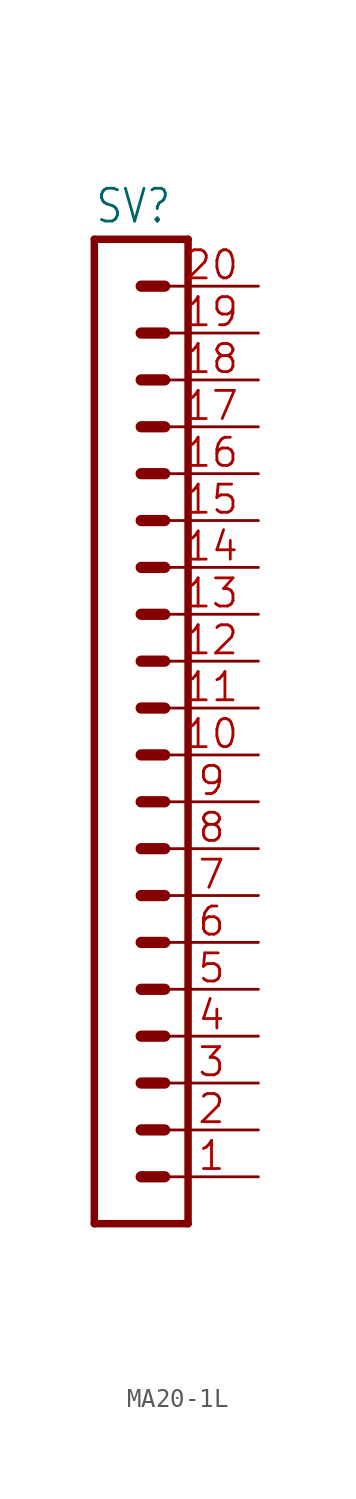
<source format=kicad_sym>
(kicad_symbol_lib
  (version 20241209)
  (generator "kicad_symbol_editor")
  (generator_version "9.0")
  (symbol "MA20-1L"
    (property "Reference" "SV"
      (at -1.27 28.702 0)
      (effects (font (size 1.778 1.511)) (justify left bottom)))
    (property "Value" ""
      (at -1.27 -27.94 0)
      (effects (font (size 1.778 1.511)) (justify left bottom)))
    (property "ki_locked" ""
      (at 0 0 0)
      (effects (font (size 1.27 1.27))))
    (symbol "MA20-1L_1_0"
      (polyline (pts (xy -1.27 27.94) (xy -1.27 -25.4)) (stroke (width 0.406) (type solid)) (fill (type none)))
      (polyline (pts (xy -1.27 27.94) (xy 3.81 27.94)) (stroke (width 0.406) (type solid)) (fill (type none)))
      (polyline (pts (xy 1.27 25.4) (xy 2.54 25.4)) (stroke (width 0.61) (type solid)) (fill (type none)))
      (polyline (pts (xy 1.27 22.86) (xy 2.54 22.86)) (stroke (width 0.61) (type solid)) (fill (type none)))
      (polyline (pts (xy 1.27 20.32) (xy 2.54 20.32)) (stroke (width 0.61) (type solid)) (fill (type none)))
      (polyline (pts (xy 1.27 17.78) (xy 2.54 17.78)) (stroke (width 0.61) (type solid)) (fill (type none)))
      (polyline (pts (xy 1.27 15.24) (xy 2.54 15.24)) (stroke (width 0.61) (type solid)) (fill (type none)))
      (polyline (pts (xy 1.27 12.7) (xy 2.54 12.7)) (stroke (width 0.61) (type solid)) (fill (type none)))
      (polyline (pts (xy 1.27 10.16) (xy 2.54 10.16)) (stroke (width 0.61) (type solid)) (fill (type none)))
      (polyline (pts (xy 1.27 7.62) (xy 2.54 7.62)) (stroke (width 0.61) (type solid)) (fill (type none)))
      (polyline (pts (xy 1.27 5.08) (xy 2.54 5.08)) (stroke (width 0.61) (type solid)) (fill (type none)))
      (polyline (pts (xy 1.27 2.54) (xy 2.54 2.54)) (stroke (width 0.61) (type solid)) (fill (type none)))
      (polyline (pts (xy 1.27 0) (xy 2.54 0)) (stroke (width 0.61) (type solid)) (fill (type none)))
      (polyline (pts (xy 1.27 -2.54) (xy 2.54 -2.54)) (stroke (width 0.61) (type solid)) (fill (type none)))
      (polyline (pts (xy 1.27 -5.08) (xy 2.54 -5.08)) (stroke (width 0.61) (type solid)) (fill (type none)))
      (polyline (pts (xy 1.27 -7.62) (xy 2.54 -7.62)) (stroke (width 0.61) (type solid)) (fill (type none)))
      (polyline (pts (xy 1.27 -10.16) (xy 2.54 -10.16)) (stroke (width 0.61) (type solid)) (fill (type none)))
      (polyline (pts (xy 1.27 -12.7) (xy 2.54 -12.7)) (stroke (width 0.61) (type solid)) (fill (type none)))
      (polyline (pts (xy 1.27 -15.24) (xy 2.54 -15.24)) (stroke (width 0.61) (type solid)) (fill (type none)))
      (polyline (pts (xy 1.27 -17.78) (xy 2.54 -17.78)) (stroke (width 0.61) (type solid)) (fill (type none)))
      (polyline (pts (xy 1.27 -20.32) (xy 2.54 -20.32)) (stroke (width 0.61) (type solid)) (fill (type none)))
      (polyline (pts (xy 1.27 -22.86) (xy 2.54 -22.86)) (stroke (width 0.61) (type solid)) (fill (type none)))
      (polyline (pts (xy 3.81 -25.4) (xy -1.27 -25.4)) (stroke (width 0.406) (type solid)) (fill (type none)))
      (polyline (pts (xy 3.81 -25.4) (xy 3.81 27.94)) (stroke (width 0.406) (type solid)) (fill (type none)))
      (pin passive line (at 7.62 25.4 180) (length 5.08) (name "20" (effects (font (size 0 0)))) (number "20" (effects (font (size 1.524 1.524)))))
      (pin passive line (at 7.62 22.86 180) (length 5.08) (name "19" (effects (font (size 0 0)))) (number "19" (effects (font (size 1.524 1.524)))))
      (pin passive line (at 7.62 20.32 180) (length 5.08) (name "18" (effects (font (size 0 0)))) (number "18" (effects (font (size 1.524 1.524)))))
      (pin passive line (at 7.62 17.78 180) (length 5.08) (name "17" (effects (font (size 0 0)))) (number "17" (effects (font (size 1.524 1.524)))))
      (pin passive line (at 7.62 15.24 180) (length 5.08) (name "16" (effects (font (size 0 0)))) (number "16" (effects (font (size 1.524 1.524)))))
      (pin passive line (at 7.62 12.7 180) (length 5.08) (name "15" (effects (font (size 0 0)))) (number "15" (effects (font (size 1.524 1.524)))))
      (pin passive line (at 7.62 10.16 180) (length 5.08) (name "14" (effects (font (size 0 0)))) (number "14" (effects (font (size 1.524 1.524)))))
      (pin passive line (at 7.62 7.62 180) (length 5.08) (name "13" (effects (font (size 0 0)))) (number "13" (effects (font (size 1.524 1.524)))))
      (pin passive line (at 7.62 5.08 180) (length 5.08) (name "12" (effects (font (size 0 0)))) (number "12" (effects (font (size 1.524 1.524)))))
      (pin passive line (at 7.62 2.54 180) (length 5.08) (name "11" (effects (font (size 0 0)))) (number "11" (effects (font (size 1.524 1.524)))))
      (pin passive line (at 7.62 0 180) (length 5.08) (name "10" (effects (font (size 0 0)))) (number "10" (effects (font (size 1.524 1.524)))))
      (pin passive line (at 7.62 -2.54 180) (length 5.08) (name "9" (effects (font (size 0 0)))) (number "9" (effects (font (size 1.524 1.524)))))
      (pin passive line (at 7.62 -5.08 180) (length 5.08) (name "8" (effects (font (size 0 0)))) (number "8" (effects (font (size 1.524 1.524)))))
      (pin passive line (at 7.62 -7.62 180) (length 5.08) (name "7" (effects (font (size 0 0)))) (number "7" (effects (font (size 1.524 1.524)))))
      (pin passive line (at 7.62 -10.16 180) (length 5.08) (name "6" (effects (font (size 0 0)))) (number "6" (effects (font (size 1.524 1.524)))))
      (pin passive line (at 7.62 -12.7 180) (length 5.08) (name "5" (effects (font (size 0 0)))) (number "5" (effects (font (size 1.524 1.524)))))
      (pin passive line (at 7.62 -15.24 180) (length 5.08) (name "4" (effects (font (size 0 0)))) (number "4" (effects (font (size 1.524 1.524)))))
      (pin passive line (at 7.62 -17.78 180) (length 5.08) (name "3" (effects (font (size 0 0)))) (number "3" (effects (font (size 1.524 1.524)))))
      (pin passive line (at 7.62 -20.32 180) (length 5.08) (name "2" (effects (font (size 0 0)))) (number "2" (effects (font (size 1.524 1.524)))))
      (pin passive line (at 7.62 -22.86 180) (length 5.08) (name "1" (effects (font (size 0 0)))) (number "1" (effects (font (size 1.524 1.524))))))))
</source>
